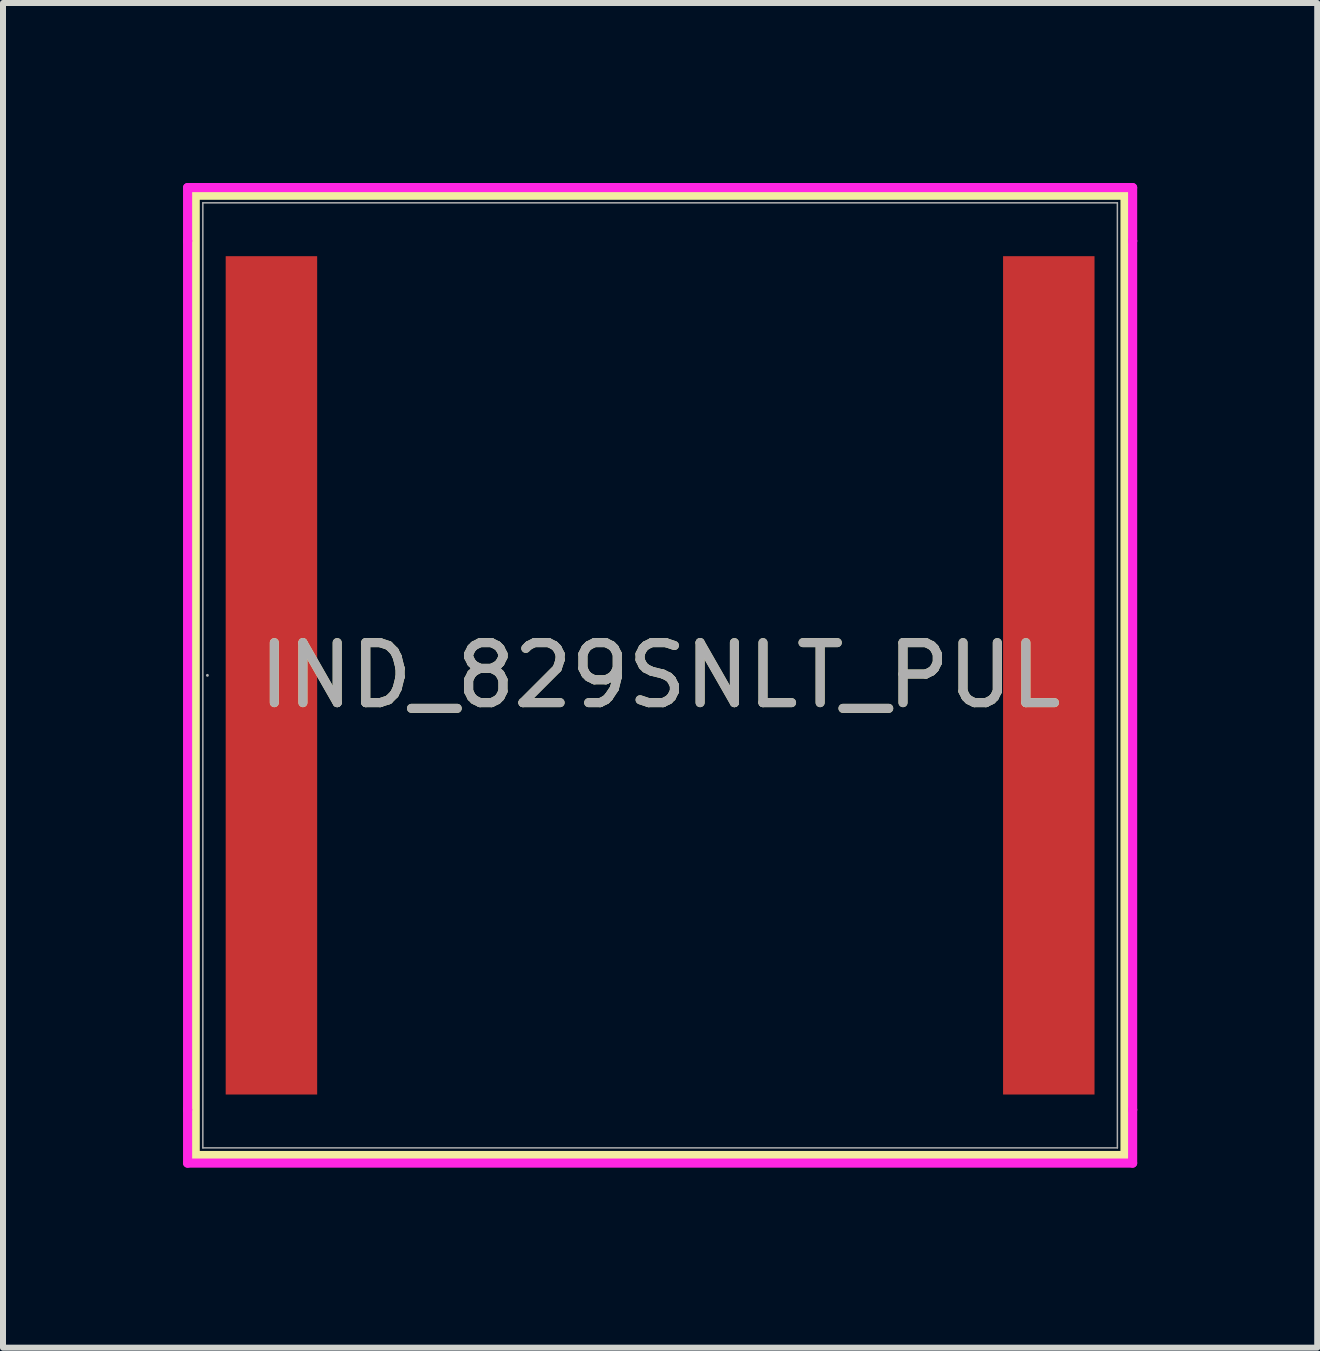
<source format=kicad_pcb>
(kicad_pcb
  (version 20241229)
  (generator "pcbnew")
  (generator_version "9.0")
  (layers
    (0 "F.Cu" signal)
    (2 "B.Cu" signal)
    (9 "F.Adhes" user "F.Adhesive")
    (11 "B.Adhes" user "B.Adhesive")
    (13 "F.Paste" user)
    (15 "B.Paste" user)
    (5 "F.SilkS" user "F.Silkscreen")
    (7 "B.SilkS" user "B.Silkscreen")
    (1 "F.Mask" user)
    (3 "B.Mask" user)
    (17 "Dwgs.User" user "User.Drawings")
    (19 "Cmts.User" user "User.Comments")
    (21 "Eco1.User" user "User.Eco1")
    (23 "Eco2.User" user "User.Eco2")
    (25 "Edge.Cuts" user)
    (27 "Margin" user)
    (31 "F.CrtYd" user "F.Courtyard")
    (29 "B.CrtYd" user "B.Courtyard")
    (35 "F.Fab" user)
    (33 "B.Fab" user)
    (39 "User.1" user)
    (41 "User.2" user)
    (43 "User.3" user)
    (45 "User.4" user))
  (footprint "IND_829SNLT_PUL"
    (layer "F.Cu")
    (at 7.95 8.204)
    (property "Reference" "IND_829SNLT_PUL" (at 0 0 0) (unlocked yes) (layer "F.SilkS") (effects (font (size 1 1) (thickness 0.15))))
    (attr smd)
    (fp_line (start -7.747 -8.001) (end -7.747 8.001) (stroke (width 0.152) (type solid)) (layer "F.SilkS"))
    (fp_line (start -7.747 8.001) (end 7.747 8.001) (stroke (width 0.152) (type solid)) (layer "F.SilkS"))
    (fp_line (start 7.747 -8.001) (end -7.747 -8.001) (stroke (width 0.152) (type solid)) (layer "F.SilkS"))
    (fp_line (start 7.747 8.001) (end 7.747 -8.001) (stroke (width 0.152) (type solid)) (layer "F.SilkS"))
    (fp_line (start -7.874 -8.128) (end 7.874 -8.128) (stroke (width 0.152) (type solid)) (layer "F.CrtYd"))
    (fp_line (start -7.874 -7.239) (end -7.874 -8.128) (stroke (width 0.152) (type solid)) (layer "F.CrtYd"))
    (fp_line (start -7.874 -7.239) (end -7.874 -7.239) (stroke (width 0.152) (type solid)) (layer "F.CrtYd"))
    (fp_line (start -7.874 7.239) (end -7.874 -7.239) (stroke (width 0.152) (type solid)) (layer "F.CrtYd"))
    (fp_line (start -7.874 7.239) (end -7.874 7.239) (stroke (width 0.152) (type solid)) (layer "F.CrtYd"))
    (fp_line (start -7.874 8.128) (end -7.874 7.239) (stroke (width 0.152) (type solid)) (layer "F.CrtYd"))
    (fp_line (start 7.874 -8.128) (end 7.874 -7.239) (stroke (width 0.152) (type solid)) (layer "F.CrtYd"))
    (fp_line (start 7.874 -7.239) (end 7.874 -7.239) (stroke (width 0.152) (type solid)) (layer "F.CrtYd"))
    (fp_line (start 7.874 -7.239) (end 7.874 7.239) (stroke (width 0.152) (type solid)) (layer "F.CrtYd"))
    (fp_line (start 7.874 7.239) (end 7.874 7.239) (stroke (width 0.152) (type solid)) (layer "F.CrtYd"))
    (fp_line (start 7.874 7.239) (end 7.874 8.128) (stroke (width 0.152) (type solid)) (layer "F.CrtYd"))
    (fp_line (start 7.874 8.128) (end -7.874 8.128) (stroke (width 0.152) (type solid)) (layer "F.CrtYd"))
    (fp_line (start -7.62 -7.874) (end -7.62 7.874) (stroke (width 0.025) (type solid)) (layer "F.Fab"))
    (fp_line (start -7.62 7.874) (end 7.62 7.874) (stroke (width 0.025) (type solid)) (layer "F.Fab"))
    (fp_line (start 7.62 -7.874) (end -7.62 -7.874) (stroke (width 0.025) (type solid)) (layer "F.Fab"))
    (fp_line (start 7.62 7.874) (end 7.62 -7.874) (stroke (width 0.025) (type solid)) (layer "F.Fab"))
    (fp_circle (center -7.544 0) (end -7.544 0) (stroke (width 0.025) (type solid)) (fill no) (layer "F.Fab"))
    (fp_text user "${REFERENCE}" (at 0 0 0) (unlocked yes) (layer "F.Fab") (effects (font (size 1 1) (thickness 0.15))))
    (pad "1" smd rect (at -6.477 0) (size 1.524 13.97) (layers "F.Cu" "F.Mask" "F.Paste"))
    (pad "2" smd rect (at 6.477 0) (size 1.524 13.97) (layers "F.Cu" "F.Mask" "F.Paste"))
    (zone (net_name "") (layer "F.Cu") (hatch full 0.508) (connect_pads) (min_thickness 0.254) (filled_areas_thickness no) (keepout (tracks not_allowed) (vias not_allowed) (pads allowed) (copperpour not_allowed) (footprints allowed)) (placement (enabled no)) (fill) (polygon (pts (xy 2.286 0.381) (xy 13.614 0.381) (xy 13.614 16.027) (xy 2.286 16.027)))))
  (gr_rect
    (start -3 -3)
    (end 18.9 19.408)
    (stroke (width 0.1) (type default))
    (fill no)
    (layer "Edge.Cuts")))
</source>
